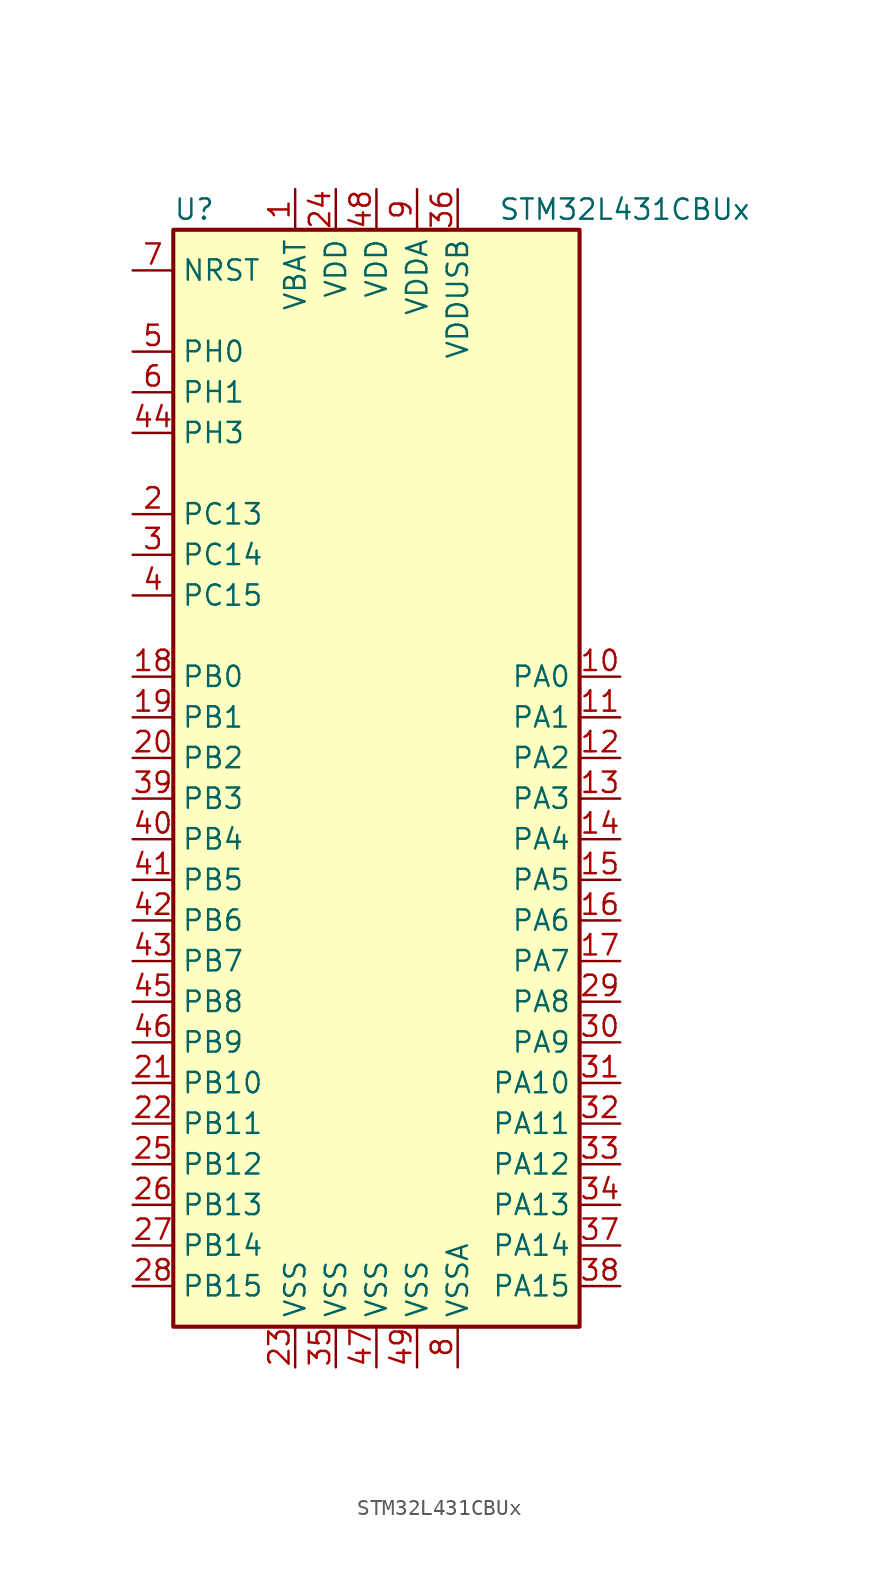
<source format=kicad_sym>
(kicad_symbol_lib
  (version 20201005)
  (generator kicad_symbol_editor)
  (symbol "STM32L431CBUx"
    (property "Reference" "U"
      (at -12.7 34.29 0)
      (effects (font (size 1.27 1.27)) (justify left)))
    (property "Value" "STM32L431CBUx"
      (at 7.62 34.29 0)
      (effects (font (size 1.27 1.27)) (justify left)))
    (symbol "STM32L431CBUx_0_1"
      (rectangle (start -12.7 -35.56) (end 12.7 33.02) (stroke (width 0.254)) (fill (type background))))
    (symbol "STM32L431CBUx_1_1"
      (pin input line (at -15.24 30.48 0) (length 2.54) (name "NRST" (effects (font (size 1.27 1.27)))) (number "7" (effects (font (size 1.27 1.27)))))
      (pin bidirectional line (at 15.24 5.08 180) (length 2.54) (name "PA0" (effects (font (size 1.27 1.27)))) (number "10" (effects (font (size 1.27 1.27)))))
      (pin bidirectional line (at 15.24 2.54 180) (length 2.54) (name "PA1" (effects (font (size 1.27 1.27)))) (number "11" (effects (font (size 1.27 1.27)))))
      (pin bidirectional line (at 15.24 -20.32 180) (length 2.54) (name "PA10" (effects (font (size 1.27 1.27)))) (number "31" (effects (font (size 1.27 1.27)))))
      (pin bidirectional line (at 15.24 -22.86 180) (length 2.54) (name "PA11" (effects (font (size 1.27 1.27)))) (number "32" (effects (font (size 1.27 1.27)))))
      (pin bidirectional line (at 15.24 -25.4 180) (length 2.54) (name "PA12" (effects (font (size 1.27 1.27)))) (number "33" (effects (font (size 1.27 1.27)))))
      (pin bidirectional line (at 15.24 -27.94 180) (length 2.54) (name "PA13" (effects (font (size 1.27 1.27)))) (number "34" (effects (font (size 1.27 1.27)))))
      (pin bidirectional line (at 15.24 -30.48 180) (length 2.54) (name "PA14" (effects (font (size 1.27 1.27)))) (number "37" (effects (font (size 1.27 1.27)))))
      (pin bidirectional line (at 15.24 -33.02 180) (length 2.54) (name "PA15" (effects (font (size 1.27 1.27)))) (number "38" (effects (font (size 1.27 1.27)))))
      (pin bidirectional line (at 15.24 0 180) (length 2.54) (name "PA2" (effects (font (size 1.27 1.27)))) (number "12" (effects (font (size 1.27 1.27)))))
      (pin bidirectional line (at 15.24 -2.54 180) (length 2.54) (name "PA3" (effects (font (size 1.27 1.27)))) (number "13" (effects (font (size 1.27 1.27)))))
      (pin bidirectional line (at 15.24 -5.08 180) (length 2.54) (name "PA4" (effects (font (size 1.27 1.27)))) (number "14" (effects (font (size 1.27 1.27)))))
      (pin bidirectional line (at 15.24 -7.62 180) (length 2.54) (name "PA5" (effects (font (size 1.27 1.27)))) (number "15" (effects (font (size 1.27 1.27)))))
      (pin bidirectional line (at 15.24 -10.16 180) (length 2.54) (name "PA6" (effects (font (size 1.27 1.27)))) (number "16" (effects (font (size 1.27 1.27)))))
      (pin bidirectional line (at 15.24 -12.7 180) (length 2.54) (name "PA7" (effects (font (size 1.27 1.27)))) (number "17" (effects (font (size 1.27 1.27)))))
      (pin bidirectional line (at 15.24 -15.24 180) (length 2.54) (name "PA8" (effects (font (size 1.27 1.27)))) (number "29" (effects (font (size 1.27 1.27)))))
      (pin bidirectional line (at 15.24 -17.78 180) (length 2.54) (name "PA9" (effects (font (size 1.27 1.27)))) (number "30" (effects (font (size 1.27 1.27)))))
      (pin bidirectional line (at -15.24 5.08 0) (length 2.54) (name "PB0" (effects (font (size 1.27 1.27)))) (number "18" (effects (font (size 1.27 1.27)))))
      (pin bidirectional line (at -15.24 2.54 0) (length 2.54) (name "PB1" (effects (font (size 1.27 1.27)))) (number "19" (effects (font (size 1.27 1.27)))))
      (pin bidirectional line (at -15.24 -20.32 0) (length 2.54) (name "PB10" (effects (font (size 1.27 1.27)))) (number "21" (effects (font (size 1.27 1.27)))))
      (pin bidirectional line (at -15.24 -22.86 0) (length 2.54) (name "PB11" (effects (font (size 1.27 1.27)))) (number "22" (effects (font (size 1.27 1.27)))))
      (pin bidirectional line (at -15.24 -25.4 0) (length 2.54) (name "PB12" (effects (font (size 1.27 1.27)))) (number "25" (effects (font (size 1.27 1.27)))))
      (pin bidirectional line (at -15.24 -27.94 0) (length 2.54) (name "PB13" (effects (font (size 1.27 1.27)))) (number "26" (effects (font (size 1.27 1.27)))))
      (pin bidirectional line (at -15.24 -30.48 0) (length 2.54) (name "PB14" (effects (font (size 1.27 1.27)))) (number "27" (effects (font (size 1.27 1.27)))))
      (pin bidirectional line (at -15.24 -33.02 0) (length 2.54) (name "PB15" (effects (font (size 1.27 1.27)))) (number "28" (effects (font (size 1.27 1.27)))))
      (pin bidirectional line (at -15.24 0 0) (length 2.54) (name "PB2" (effects (font (size 1.27 1.27)))) (number "20" (effects (font (size 1.27 1.27)))))
      (pin bidirectional line (at -15.24 -2.54 0) (length 2.54) (name "PB3" (effects (font (size 1.27 1.27)))) (number "39" (effects (font (size 1.27 1.27)))))
      (pin bidirectional line (at -15.24 -5.08 0) (length 2.54) (name "PB4" (effects (font (size 1.27 1.27)))) (number "40" (effects (font (size 1.27 1.27)))))
      (pin bidirectional line (at -15.24 -7.62 0) (length 2.54) (name "PB5" (effects (font (size 1.27 1.27)))) (number "41" (effects (font (size 1.27 1.27)))))
      (pin bidirectional line (at -15.24 -10.16 0) (length 2.54) (name "PB6" (effects (font (size 1.27 1.27)))) (number "42" (effects (font (size 1.27 1.27)))))
      (pin bidirectional line (at -15.24 -12.7 0) (length 2.54) (name "PB7" (effects (font (size 1.27 1.27)))) (number "43" (effects (font (size 1.27 1.27)))))
      (pin bidirectional line (at -15.24 -15.24 0) (length 2.54) (name "PB8" (effects (font (size 1.27 1.27)))) (number "45" (effects (font (size 1.27 1.27)))))
      (pin bidirectional line (at -15.24 -17.78 0) (length 2.54) (name "PB9" (effects (font (size 1.27 1.27)))) (number "46" (effects (font (size 1.27 1.27)))))
      (pin bidirectional line (at -15.24 15.24 0) (length 2.54) (name "PC13" (effects (font (size 1.27 1.27)))) (number "2" (effects (font (size 1.27 1.27)))))
      (pin bidirectional line (at -15.24 12.7 0) (length 2.54) (name "PC14" (effects (font (size 1.27 1.27)))) (number "3" (effects (font (size 1.27 1.27)))))
      (pin bidirectional line (at -15.24 10.16 0) (length 2.54) (name "PC15" (effects (font (size 1.27 1.27)))) (number "4" (effects (font (size 1.27 1.27)))))
      (pin input line (at -15.24 25.4 0) (length 2.54) (name "PH0" (effects (font (size 1.27 1.27)))) (number "5" (effects (font (size 1.27 1.27)))))
      (pin input line (at -15.24 22.86 0) (length 2.54) (name "PH1" (effects (font (size 1.27 1.27)))) (number "6" (effects (font (size 1.27 1.27)))))
      (pin bidirectional line (at -15.24 20.32 0) (length 2.54) (name "PH3" (effects (font (size 1.27 1.27)))) (number "44" (effects (font (size 1.27 1.27)))))
      (pin power_in line (at -5.08 35.56 270) (length 2.54) (name "VBAT" (effects (font (size 1.27 1.27)))) (number "1" (effects (font (size 1.27 1.27)))))
      (pin power_in line (at -2.54 35.56 270) (length 2.54) (name "VDD" (effects (font (size 1.27 1.27)))) (number "24" (effects (font (size 1.27 1.27)))))
      (pin power_in line (at 0 35.56 270) (length 2.54) (name "VDD" (effects (font (size 1.27 1.27)))) (number "48" (effects (font (size 1.27 1.27)))))
      (pin power_in line (at 2.54 35.56 270) (length 2.54) (name "VDDA" (effects (font (size 1.27 1.27)))) (number "9" (effects (font (size 1.27 1.27)))))
      (pin power_in line (at 5.08 35.56 270) (length 2.54) (name "VDDUSB" (effects (font (size 1.27 1.27)))) (number "36" (effects (font (size 1.27 1.27)))))
      (pin power_in line (at -5.08 -38.1 90) (length 2.54) (name "VSS" (effects (font (size 1.27 1.27)))) (number "23" (effects (font (size 1.27 1.27)))))
      (pin power_in line (at -2.54 -38.1 90) (length 2.54) (name "VSS" (effects (font (size 1.27 1.27)))) (number "35" (effects (font (size 1.27 1.27)))))
      (pin power_in line (at 0 -38.1 90) (length 2.54) (name "VSS" (effects (font (size 1.27 1.27)))) (number "47" (effects (font (size 1.27 1.27)))))
      (pin power_in line (at 2.54 -38.1 90) (length 2.54) (name "VSS" (effects (font (size 1.27 1.27)))) (number "49" (effects (font (size 1.27 1.27)))))
      (pin power_in line (at 5.08 -38.1 90) (length 2.54) (name "VSSA" (effects (font (size 1.27 1.27)))) (number "8" (effects (font (size 1.27 1.27))))))))
</source>
